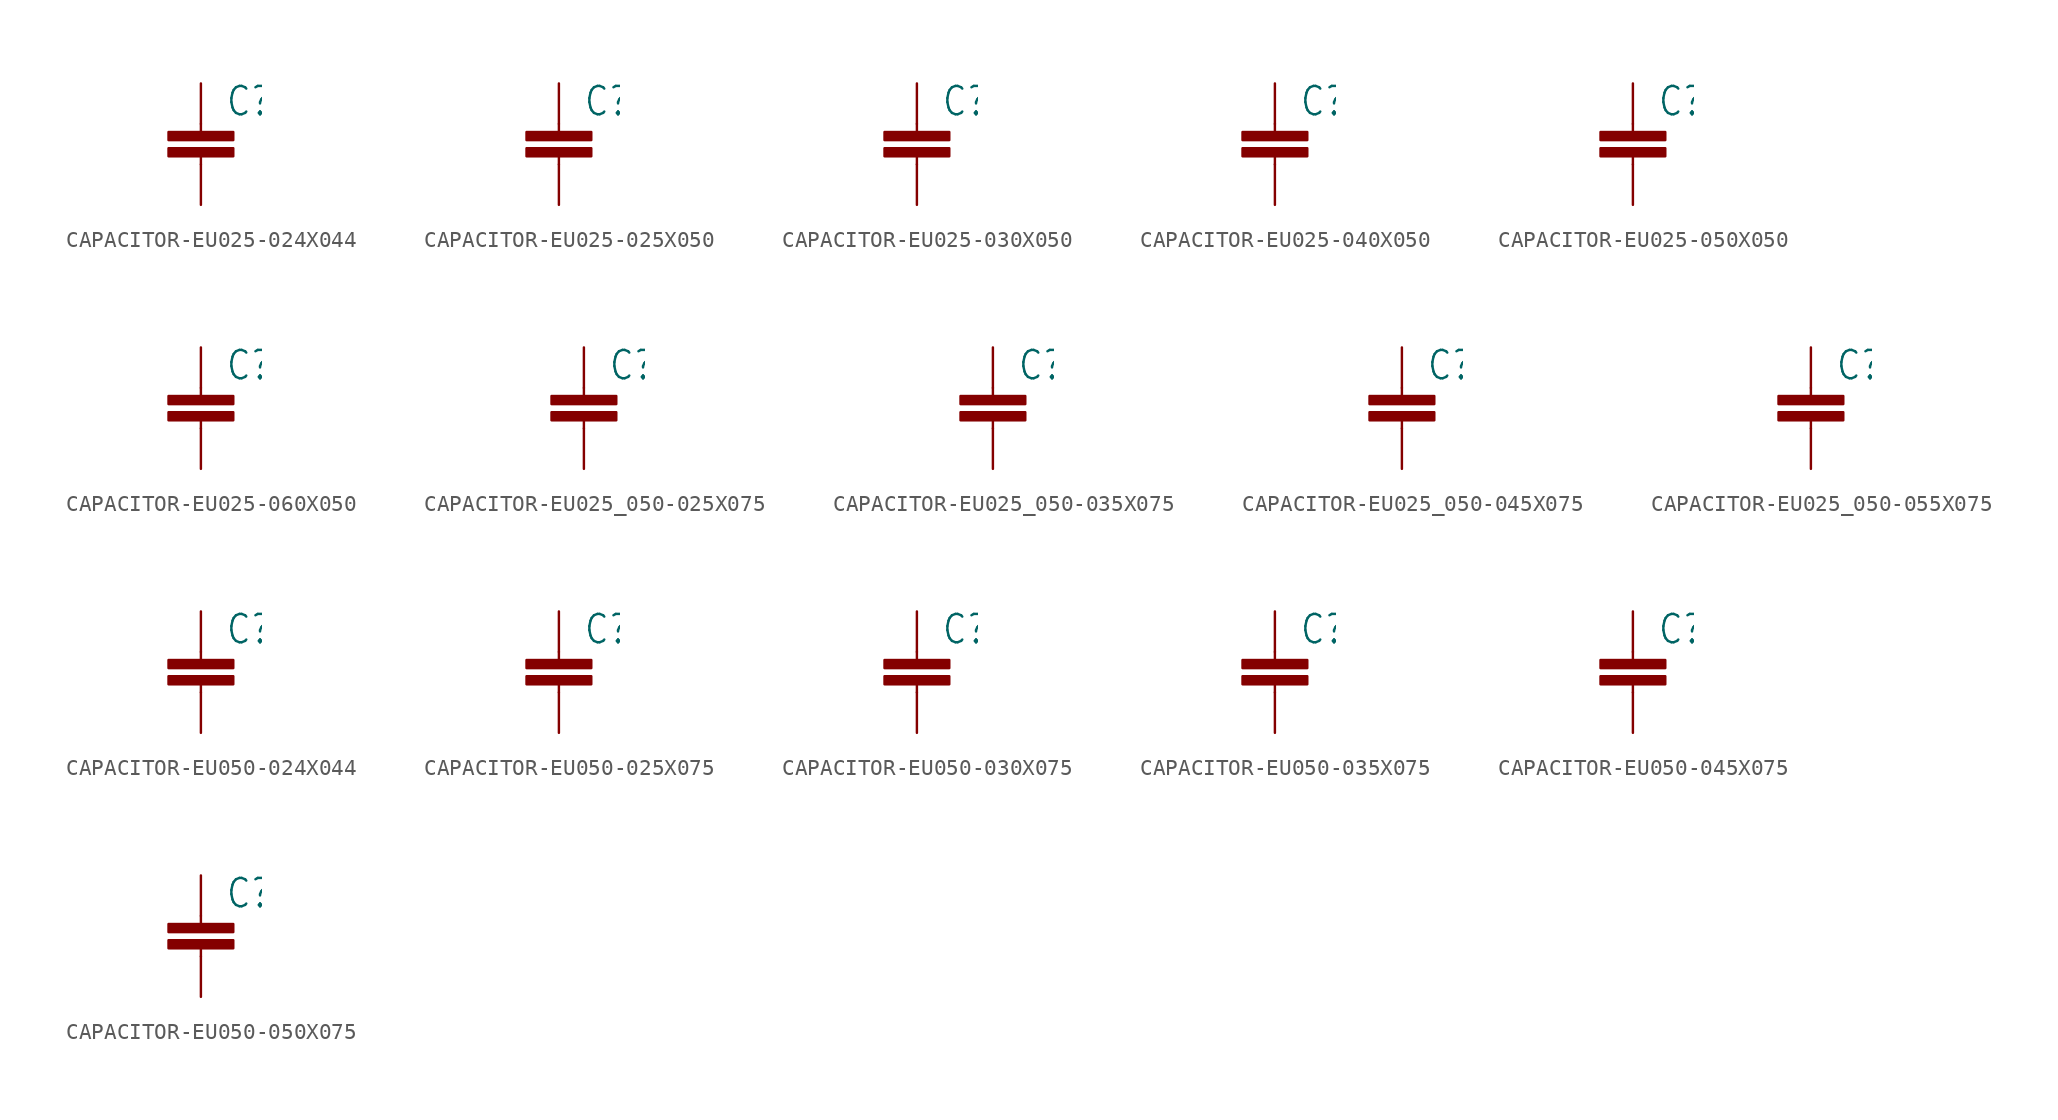
<source format=kicad_sym>
(kicad_symbol_lib
  (version 20231120)
  (generator "kicad_symbol_editor")
  (generator_version "8.0")
  (symbol "CAPACITOR-EU025-024X044"
    (property "Reference" "C"
      (at 1.524 0.381 0)
      (effects (font (size 1.778 1.511)) (justify left bottom)))
    (property "Value" ""
      (at 1.524 -4.699 0)
      (effects (font (size 1.778 1.511)) (justify left bottom)))
    (property "ki_locked" ""
      (at 0 0 0)
      (effects (font (size 1.27 1.27))))
    (symbol "CAPACITOR-EU025-024X044_1_0"
      (rectangle (start -2.032 -2.032) (end 2.032 -1.524) (stroke (width 0) (type default)) (fill (type outline)))
      (rectangle (start -2.032 -1.016) (end 2.032 -0.508) (stroke (width 0) (type default)) (fill (type outline)))
      (polyline (pts (xy 0 -2.54) (xy 0 -2.032)) (stroke (width 0.152) (type solid)) (fill (type none)))
      (polyline (pts (xy 0 0) (xy 0 -0.508)) (stroke (width 0.152) (type solid)) (fill (type none)))
      (pin passive line (at 0 2.54 270) (length 2.54) (name "1" (effects (font (size 0 0)))) (number "1" (effects (font (size 0 0)))))
      (pin passive line (at 0 -5.08 90) (length 2.54) (name "2" (effects (font (size 0 0)))) (number "2" (effects (font (size 0 0)))))))
  (symbol "CAPACITOR-EU025-025X050"
    (property "Reference" "C"
      (at 1.524 0.381 0)
      (effects (font (size 1.778 1.511)) (justify left bottom)))
    (property "Value" ""
      (at 1.524 -4.699 0)
      (effects (font (size 1.778 1.511)) (justify left bottom)))
    (property "ki_locked" ""
      (at 0 0 0)
      (effects (font (size 1.27 1.27))))
    (symbol "CAPACITOR-EU025-025X050_1_0"
      (rectangle (start -2.032 -2.032) (end 2.032 -1.524) (stroke (width 0) (type default)) (fill (type outline)))
      (rectangle (start -2.032 -1.016) (end 2.032 -0.508) (stroke (width 0) (type default)) (fill (type outline)))
      (polyline (pts (xy 0 -2.54) (xy 0 -2.032)) (stroke (width 0.152) (type solid)) (fill (type none)))
      (polyline (pts (xy 0 0) (xy 0 -0.508)) (stroke (width 0.152) (type solid)) (fill (type none)))
      (pin passive line (at 0 2.54 270) (length 2.54) (name "1" (effects (font (size 0 0)))) (number "1" (effects (font (size 0 0)))))
      (pin passive line (at 0 -5.08 90) (length 2.54) (name "2" (effects (font (size 0 0)))) (number "2" (effects (font (size 0 0)))))))
  (symbol "CAPACITOR-EU025-030X050"
    (property "Reference" "C"
      (at 1.524 0.381 0)
      (effects (font (size 1.778 1.511)) (justify left bottom)))
    (property "Value" ""
      (at 1.524 -4.699 0)
      (effects (font (size 1.778 1.511)) (justify left bottom)))
    (property "ki_locked" ""
      (at 0 0 0)
      (effects (font (size 1.27 1.27))))
    (symbol "CAPACITOR-EU025-030X050_1_0"
      (rectangle (start -2.032 -2.032) (end 2.032 -1.524) (stroke (width 0) (type default)) (fill (type outline)))
      (rectangle (start -2.032 -1.016) (end 2.032 -0.508) (stroke (width 0) (type default)) (fill (type outline)))
      (polyline (pts (xy 0 -2.54) (xy 0 -2.032)) (stroke (width 0.152) (type solid)) (fill (type none)))
      (polyline (pts (xy 0 0) (xy 0 -0.508)) (stroke (width 0.152) (type solid)) (fill (type none)))
      (pin passive line (at 0 2.54 270) (length 2.54) (name "1" (effects (font (size 0 0)))) (number "1" (effects (font (size 0 0)))))
      (pin passive line (at 0 -5.08 90) (length 2.54) (name "2" (effects (font (size 0 0)))) (number "2" (effects (font (size 0 0)))))))
  (symbol "CAPACITOR-EU025-040X050"
    (property "Reference" "C"
      (at 1.524 0.381 0)
      (effects (font (size 1.778 1.511)) (justify left bottom)))
    (property "Value" ""
      (at 1.524 -4.699 0)
      (effects (font (size 1.778 1.511)) (justify left bottom)))
    (property "ki_locked" ""
      (at 0 0 0)
      (effects (font (size 1.27 1.27))))
    (symbol "CAPACITOR-EU025-040X050_1_0"
      (rectangle (start -2.032 -2.032) (end 2.032 -1.524) (stroke (width 0) (type default)) (fill (type outline)))
      (rectangle (start -2.032 -1.016) (end 2.032 -0.508) (stroke (width 0) (type default)) (fill (type outline)))
      (polyline (pts (xy 0 -2.54) (xy 0 -2.032)) (stroke (width 0.152) (type solid)) (fill (type none)))
      (polyline (pts (xy 0 0) (xy 0 -0.508)) (stroke (width 0.152) (type solid)) (fill (type none)))
      (pin passive line (at 0 2.54 270) (length 2.54) (name "1" (effects (font (size 0 0)))) (number "1" (effects (font (size 0 0)))))
      (pin passive line (at 0 -5.08 90) (length 2.54) (name "2" (effects (font (size 0 0)))) (number "2" (effects (font (size 0 0)))))))
  (symbol "CAPACITOR-EU025-050X050"
    (property "Reference" "C"
      (at 1.524 0.381 0)
      (effects (font (size 1.778 1.511)) (justify left bottom)))
    (property "Value" ""
      (at 1.524 -4.699 0)
      (effects (font (size 1.778 1.511)) (justify left bottom)))
    (property "ki_locked" ""
      (at 0 0 0)
      (effects (font (size 1.27 1.27))))
    (symbol "CAPACITOR-EU025-050X050_1_0"
      (rectangle (start -2.032 -2.032) (end 2.032 -1.524) (stroke (width 0) (type default)) (fill (type outline)))
      (rectangle (start -2.032 -1.016) (end 2.032 -0.508) (stroke (width 0) (type default)) (fill (type outline)))
      (polyline (pts (xy 0 -2.54) (xy 0 -2.032)) (stroke (width 0.152) (type solid)) (fill (type none)))
      (polyline (pts (xy 0 0) (xy 0 -0.508)) (stroke (width 0.152) (type solid)) (fill (type none)))
      (pin passive line (at 0 2.54 270) (length 2.54) (name "1" (effects (font (size 0 0)))) (number "1" (effects (font (size 0 0)))))
      (pin passive line (at 0 -5.08 90) (length 2.54) (name "2" (effects (font (size 0 0)))) (number "2" (effects (font (size 0 0)))))))
  (symbol "CAPACITOR-EU025-060X050"
    (property "Reference" "C"
      (at 1.524 0.381 0)
      (effects (font (size 1.778 1.511)) (justify left bottom)))
    (property "Value" ""
      (at 1.524 -4.699 0)
      (effects (font (size 1.778 1.511)) (justify left bottom)))
    (property "ki_locked" ""
      (at 0 0 0)
      (effects (font (size 1.27 1.27))))
    (symbol "CAPACITOR-EU025-060X050_1_0"
      (rectangle (start -2.032 -2.032) (end 2.032 -1.524) (stroke (width 0) (type default)) (fill (type outline)))
      (rectangle (start -2.032 -1.016) (end 2.032 -0.508) (stroke (width 0) (type default)) (fill (type outline)))
      (polyline (pts (xy 0 -2.54) (xy 0 -2.032)) (stroke (width 0.152) (type solid)) (fill (type none)))
      (polyline (pts (xy 0 0) (xy 0 -0.508)) (stroke (width 0.152) (type solid)) (fill (type none)))
      (pin passive line (at 0 2.54 270) (length 2.54) (name "1" (effects (font (size 0 0)))) (number "1" (effects (font (size 0 0)))))
      (pin passive line (at 0 -5.08 90) (length 2.54) (name "2" (effects (font (size 0 0)))) (number "2" (effects (font (size 0 0)))))))
  (symbol "CAPACITOR-EU025_050-025X075"
    (property "Reference" "C"
      (at 1.524 0.381 0)
      (effects (font (size 1.778 1.511)) (justify left bottom)))
    (property "Value" ""
      (at 1.524 -4.699 0)
      (effects (font (size 1.778 1.511)) (justify left bottom)))
    (property "ki_locked" ""
      (at 0 0 0)
      (effects (font (size 1.27 1.27))))
    (symbol "CAPACITOR-EU025_050-025X075_1_0"
      (rectangle (start -2.032 -2.032) (end 2.032 -1.524) (stroke (width 0) (type default)) (fill (type outline)))
      (rectangle (start -2.032 -1.016) (end 2.032 -0.508) (stroke (width 0) (type default)) (fill (type outline)))
      (polyline (pts (xy 0 -2.54) (xy 0 -2.032)) (stroke (width 0.152) (type solid)) (fill (type none)))
      (polyline (pts (xy 0 0) (xy 0 -0.508)) (stroke (width 0.152) (type solid)) (fill (type none)))
      (pin passive line (at 0 2.54 270) (length 2.54) (name "1" (effects (font (size 0 0)))) (number "1" (effects (font (size 0 0)))))
      (pin passive line (at 0 -5.08 90) (length 2.54) (name "2" (effects (font (size 0 0)))) (number "2" (effects (font (size 0 0)))))))
  (symbol "CAPACITOR-EU025_050-035X075"
    (property "Reference" "C"
      (at 1.524 0.381 0)
      (effects (font (size 1.778 1.511)) (justify left bottom)))
    (property "Value" ""
      (at 1.524 -4.699 0)
      (effects (font (size 1.778 1.511)) (justify left bottom)))
    (property "ki_locked" ""
      (at 0 0 0)
      (effects (font (size 1.27 1.27))))
    (symbol "CAPACITOR-EU025_050-035X075_1_0"
      (rectangle (start -2.032 -2.032) (end 2.032 -1.524) (stroke (width 0) (type default)) (fill (type outline)))
      (rectangle (start -2.032 -1.016) (end 2.032 -0.508) (stroke (width 0) (type default)) (fill (type outline)))
      (polyline (pts (xy 0 -2.54) (xy 0 -2.032)) (stroke (width 0.152) (type solid)) (fill (type none)))
      (polyline (pts (xy 0 0) (xy 0 -0.508)) (stroke (width 0.152) (type solid)) (fill (type none)))
      (pin passive line (at 0 2.54 270) (length 2.54) (name "1" (effects (font (size 0 0)))) (number "1" (effects (font (size 0 0)))))
      (pin passive line (at 0 -5.08 90) (length 2.54) (name "2" (effects (font (size 0 0)))) (number "2" (effects (font (size 0 0)))))))
  (symbol "CAPACITOR-EU025_050-045X075"
    (property "Reference" "C"
      (at 1.524 0.381 0)
      (effects (font (size 1.778 1.511)) (justify left bottom)))
    (property "Value" ""
      (at 1.524 -4.699 0)
      (effects (font (size 1.778 1.511)) (justify left bottom)))
    (property "ki_locked" ""
      (at 0 0 0)
      (effects (font (size 1.27 1.27))))
    (symbol "CAPACITOR-EU025_050-045X075_1_0"
      (rectangle (start -2.032 -2.032) (end 2.032 -1.524) (stroke (width 0) (type default)) (fill (type outline)))
      (rectangle (start -2.032 -1.016) (end 2.032 -0.508) (stroke (width 0) (type default)) (fill (type outline)))
      (polyline (pts (xy 0 -2.54) (xy 0 -2.032)) (stroke (width 0.152) (type solid)) (fill (type none)))
      (polyline (pts (xy 0 0) (xy 0 -0.508)) (stroke (width 0.152) (type solid)) (fill (type none)))
      (pin passive line (at 0 2.54 270) (length 2.54) (name "1" (effects (font (size 0 0)))) (number "1" (effects (font (size 0 0)))))
      (pin passive line (at 0 -5.08 90) (length 2.54) (name "2" (effects (font (size 0 0)))) (number "2" (effects (font (size 0 0)))))))
  (symbol "CAPACITOR-EU025_050-055X075"
    (property "Reference" "C"
      (at 1.524 0.381 0)
      (effects (font (size 1.778 1.511)) (justify left bottom)))
    (property "Value" ""
      (at 1.524 -4.699 0)
      (effects (font (size 1.778 1.511)) (justify left bottom)))
    (property "ki_locked" ""
      (at 0 0 0)
      (effects (font (size 1.27 1.27))))
    (symbol "CAPACITOR-EU025_050-055X075_1_0"
      (rectangle (start -2.032 -2.032) (end 2.032 -1.524) (stroke (width 0) (type default)) (fill (type outline)))
      (rectangle (start -2.032 -1.016) (end 2.032 -0.508) (stroke (width 0) (type default)) (fill (type outline)))
      (polyline (pts (xy 0 -2.54) (xy 0 -2.032)) (stroke (width 0.152) (type solid)) (fill (type none)))
      (polyline (pts (xy 0 0) (xy 0 -0.508)) (stroke (width 0.152) (type solid)) (fill (type none)))
      (pin passive line (at 0 2.54 270) (length 2.54) (name "1" (effects (font (size 0 0)))) (number "1" (effects (font (size 0 0)))))
      (pin passive line (at 0 -5.08 90) (length 2.54) (name "2" (effects (font (size 0 0)))) (number "2" (effects (font (size 0 0)))))))
  (symbol "CAPACITOR-EU050-024X044"
    (property "Reference" "C"
      (at 1.524 0.381 0)
      (effects (font (size 1.778 1.511)) (justify left bottom)))
    (property "Value" ""
      (at 1.524 -4.699 0)
      (effects (font (size 1.778 1.511)) (justify left bottom)))
    (property "ki_locked" ""
      (at 0 0 0)
      (effects (font (size 1.27 1.27))))
    (symbol "CAPACITOR-EU050-024X044_1_0"
      (rectangle (start -2.032 -2.032) (end 2.032 -1.524) (stroke (width 0) (type default)) (fill (type outline)))
      (rectangle (start -2.032 -1.016) (end 2.032 -0.508) (stroke (width 0) (type default)) (fill (type outline)))
      (polyline (pts (xy 0 -2.54) (xy 0 -2.032)) (stroke (width 0.152) (type solid)) (fill (type none)))
      (polyline (pts (xy 0 0) (xy 0 -0.508)) (stroke (width 0.152) (type solid)) (fill (type none)))
      (pin passive line (at 0 2.54 270) (length 2.54) (name "1" (effects (font (size 0 0)))) (number "1" (effects (font (size 0 0)))))
      (pin passive line (at 0 -5.08 90) (length 2.54) (name "2" (effects (font (size 0 0)))) (number "2" (effects (font (size 0 0)))))))
  (symbol "CAPACITOR-EU050-025X075"
    (property "Reference" "C"
      (at 1.524 0.381 0)
      (effects (font (size 1.778 1.511)) (justify left bottom)))
    (property "Value" ""
      (at 1.524 -4.699 0)
      (effects (font (size 1.778 1.511)) (justify left bottom)))
    (property "ki_locked" ""
      (at 0 0 0)
      (effects (font (size 1.27 1.27))))
    (symbol "CAPACITOR-EU050-025X075_1_0"
      (rectangle (start -2.032 -2.032) (end 2.032 -1.524) (stroke (width 0) (type default)) (fill (type outline)))
      (rectangle (start -2.032 -1.016) (end 2.032 -0.508) (stroke (width 0) (type default)) (fill (type outline)))
      (polyline (pts (xy 0 -2.54) (xy 0 -2.032)) (stroke (width 0.152) (type solid)) (fill (type none)))
      (polyline (pts (xy 0 0) (xy 0 -0.508)) (stroke (width 0.152) (type solid)) (fill (type none)))
      (pin passive line (at 0 2.54 270) (length 2.54) (name "1" (effects (font (size 0 0)))) (number "1" (effects (font (size 0 0)))))
      (pin passive line (at 0 -5.08 90) (length 2.54) (name "2" (effects (font (size 0 0)))) (number "2" (effects (font (size 0 0)))))))
  (symbol "CAPACITOR-EU050-030X075"
    (property "Reference" "C"
      (at 1.524 0.381 0)
      (effects (font (size 1.778 1.511)) (justify left bottom)))
    (property "Value" ""
      (at 1.524 -4.699 0)
      (effects (font (size 1.778 1.511)) (justify left bottom)))
    (property "ki_locked" ""
      (at 0 0 0)
      (effects (font (size 1.27 1.27))))
    (symbol "CAPACITOR-EU050-030X075_1_0"
      (rectangle (start -2.032 -2.032) (end 2.032 -1.524) (stroke (width 0) (type default)) (fill (type outline)))
      (rectangle (start -2.032 -1.016) (end 2.032 -0.508) (stroke (width 0) (type default)) (fill (type outline)))
      (polyline (pts (xy 0 -2.54) (xy 0 -2.032)) (stroke (width 0.152) (type solid)) (fill (type none)))
      (polyline (pts (xy 0 0) (xy 0 -0.508)) (stroke (width 0.152) (type solid)) (fill (type none)))
      (pin passive line (at 0 2.54 270) (length 2.54) (name "1" (effects (font (size 0 0)))) (number "1" (effects (font (size 0 0)))))
      (pin passive line (at 0 -5.08 90) (length 2.54) (name "2" (effects (font (size 0 0)))) (number "2" (effects (font (size 0 0)))))))
  (symbol "CAPACITOR-EU050-035X075"
    (property "Reference" "C"
      (at 1.524 0.381 0)
      (effects (font (size 1.778 1.511)) (justify left bottom)))
    (property "Value" ""
      (at 1.524 -4.699 0)
      (effects (font (size 1.778 1.511)) (justify left bottom)))
    (property "ki_locked" ""
      (at 0 0 0)
      (effects (font (size 1.27 1.27))))
    (symbol "CAPACITOR-EU050-035X075_1_0"
      (rectangle (start -2.032 -2.032) (end 2.032 -1.524) (stroke (width 0) (type default)) (fill (type outline)))
      (rectangle (start -2.032 -1.016) (end 2.032 -0.508) (stroke (width 0) (type default)) (fill (type outline)))
      (polyline (pts (xy 0 -2.54) (xy 0 -2.032)) (stroke (width 0.152) (type solid)) (fill (type none)))
      (polyline (pts (xy 0 0) (xy 0 -0.508)) (stroke (width 0.152) (type solid)) (fill (type none)))
      (pin passive line (at 0 2.54 270) (length 2.54) (name "1" (effects (font (size 0 0)))) (number "1" (effects (font (size 0 0)))))
      (pin passive line (at 0 -5.08 90) (length 2.54) (name "2" (effects (font (size 0 0)))) (number "2" (effects (font (size 0 0)))))))
  (symbol "CAPACITOR-EU050-045X075"
    (property "Reference" "C"
      (at 1.524 0.381 0)
      (effects (font (size 1.778 1.511)) (justify left bottom)))
    (property "Value" ""
      (at 1.524 -4.699 0)
      (effects (font (size 1.778 1.511)) (justify left bottom)))
    (property "ki_locked" ""
      (at 0 0 0)
      (effects (font (size 1.27 1.27))))
    (symbol "CAPACITOR-EU050-045X075_1_0"
      (rectangle (start -2.032 -2.032) (end 2.032 -1.524) (stroke (width 0) (type default)) (fill (type outline)))
      (rectangle (start -2.032 -1.016) (end 2.032 -0.508) (stroke (width 0) (type default)) (fill (type outline)))
      (polyline (pts (xy 0 -2.54) (xy 0 -2.032)) (stroke (width 0.152) (type solid)) (fill (type none)))
      (polyline (pts (xy 0 0) (xy 0 -0.508)) (stroke (width 0.152) (type solid)) (fill (type none)))
      (pin passive line (at 0 2.54 270) (length 2.54) (name "1" (effects (font (size 0 0)))) (number "1" (effects (font (size 0 0)))))
      (pin passive line (at 0 -5.08 90) (length 2.54) (name "2" (effects (font (size 0 0)))) (number "2" (effects (font (size 0 0)))))))
  (symbol "CAPACITOR-EU050-050X075"
    (property "Reference" "C"
      (at 1.524 0.381 0)
      (effects (font (size 1.778 1.511)) (justify left bottom)))
    (property "Value" ""
      (at 1.524 -4.699 0)
      (effects (font (size 1.778 1.511)) (justify left bottom)))
    (property "ki_locked" ""
      (at 0 0 0)
      (effects (font (size 1.27 1.27))))
    (symbol "CAPACITOR-EU050-050X075_1_0"
      (rectangle (start -2.032 -2.032) (end 2.032 -1.524) (stroke (width 0) (type default)) (fill (type outline)))
      (rectangle (start -2.032 -1.016) (end 2.032 -0.508) (stroke (width 0) (type default)) (fill (type outline)))
      (polyline (pts (xy 0 -2.54) (xy 0 -2.032)) (stroke (width 0.152) (type solid)) (fill (type none)))
      (polyline (pts (xy 0 0) (xy 0 -0.508)) (stroke (width 0.152) (type solid)) (fill (type none)))
      (pin passive line (at 0 2.54 270) (length 2.54) (name "1" (effects (font (size 0 0)))) (number "1" (effects (font (size 0 0)))))
      (pin passive line (at 0 -5.08 90) (length 2.54) (name "2" (effects (font (size 0 0)))) (number "2" (effects (font (size 0 0))))))))
</source>
